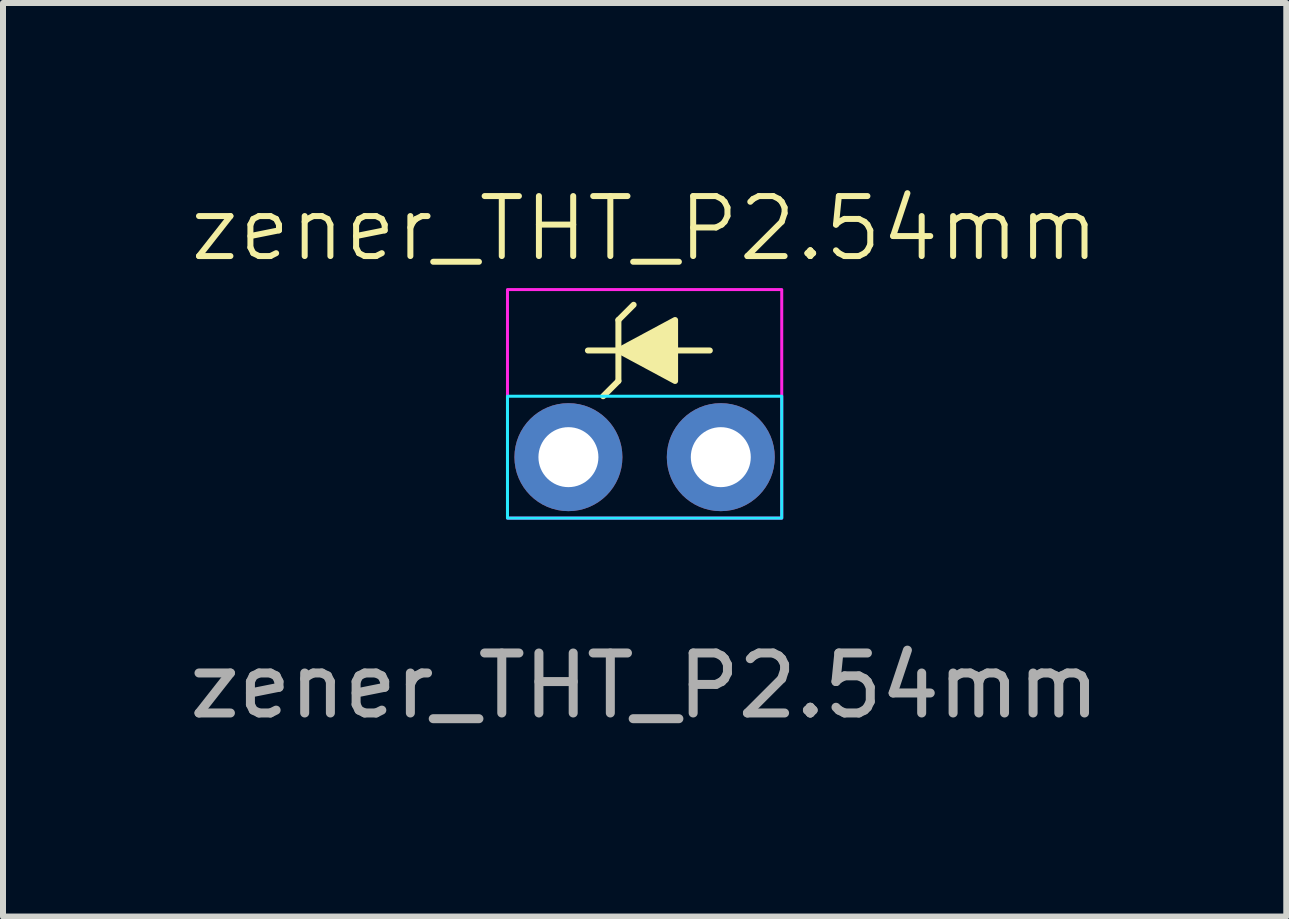
<source format=kicad_pcb>
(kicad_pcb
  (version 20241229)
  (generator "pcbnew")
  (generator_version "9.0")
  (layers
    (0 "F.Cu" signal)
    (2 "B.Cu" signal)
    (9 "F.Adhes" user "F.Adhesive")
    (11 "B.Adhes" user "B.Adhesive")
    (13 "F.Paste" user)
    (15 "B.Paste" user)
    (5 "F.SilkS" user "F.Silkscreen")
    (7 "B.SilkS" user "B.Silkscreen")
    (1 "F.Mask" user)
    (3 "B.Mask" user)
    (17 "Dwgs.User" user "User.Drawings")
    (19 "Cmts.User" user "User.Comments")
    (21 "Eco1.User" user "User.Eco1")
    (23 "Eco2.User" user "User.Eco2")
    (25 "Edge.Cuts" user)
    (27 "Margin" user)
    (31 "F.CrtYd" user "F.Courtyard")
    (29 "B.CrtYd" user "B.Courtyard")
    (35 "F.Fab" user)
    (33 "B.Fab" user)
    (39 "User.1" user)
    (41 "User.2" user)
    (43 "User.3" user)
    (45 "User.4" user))
  (footprint "zener_THT_P2.54mm"
    (layer "F.Cu")
    (at 7.696 4.571)
    (property "Reference" "zener_THT_P2.54mm" (at 0 -3.81 0) (unlocked yes) (layer "F.SilkS") (effects (font (size 1 1) (thickness 0.1))))
    (attr through_hole)
    (fp_line (start -0.945 -1.778) (end 1.087 -1.778) (stroke (width 0.1) (type default)) (layer "F.SilkS"))
    (fp_line (start -0.437 -2.286) (end -0.183 -2.54) (stroke (width 0.1) (type default)) (layer "F.SilkS"))
    (fp_line (start -0.437 -1.27) (end -0.691 -1.016) (stroke (width 0.1) (type default)) (layer "F.SilkS"))
    (fp_line (start -0.437 -1.27) (end -0.437 -2.286) (stroke (width 0.1) (type default)) (layer "F.SilkS"))
    (fp_poly (pts (xy 0.508 -2.286) (xy -0.437 -1.778) (xy 0.508 -1.27)) (stroke (width 0.1) (type solid)) (fill yes) (layer "F.SilkS"))
    (fp_rect (start -2.286 -1.016) (end 2.286 1.016) (stroke (width 0.05) (type default)) (fill no) (layer "B.CrtYd"))
    (fp_rect (start -2.286 -2.794) (end 2.286 1.016) (stroke (width 0.05) (type default)) (fill no) (layer "F.CrtYd"))
    (fp_text user "${REFERENCE}" (at 0 3.81 0) (unlocked yes) (layer "F.Fab") (effects (font (size 1 1) (thickness 0.15))))
    (pad "1" thru_hole circle (at -1.27 0) (size 1.8 1.8) (drill 1) (layers "*.Cu" "*.Mask"))
    (pad "2" thru_hole circle (at 1.27 0) (size 1.8 1.8) (drill 1) (layers "*.Cu" "*.Mask")))
  (gr_rect
    (start -3 -3)
    (end 18.393 12.229)
    (stroke (width 0.1) (type default))
    (fill no)
    (layer "Edge.Cuts")))
</source>
